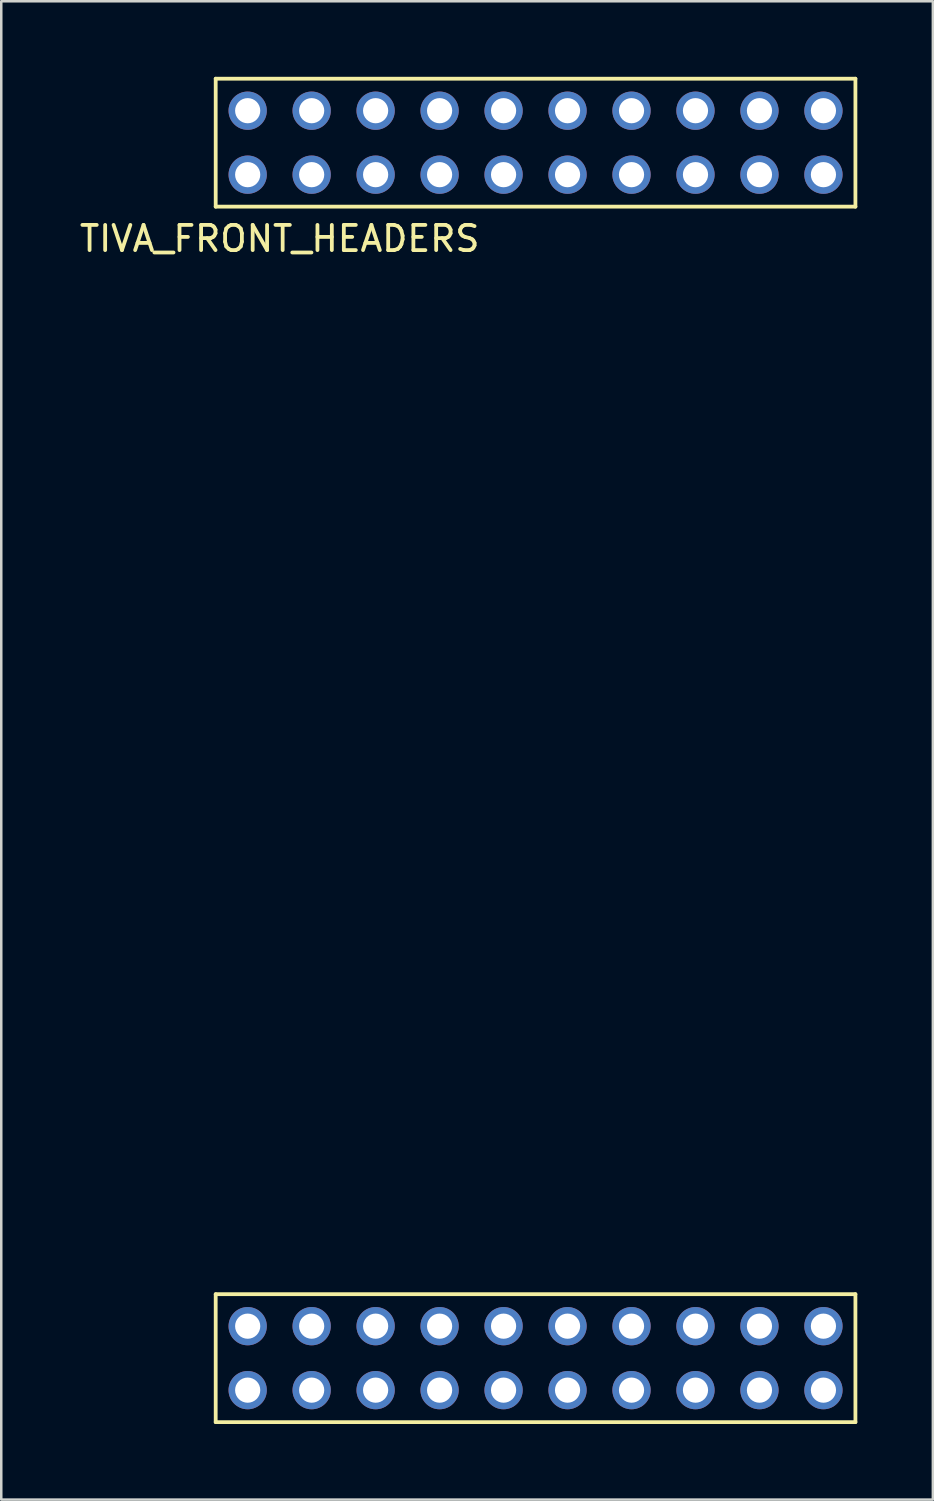
<source format=kicad_pcb>
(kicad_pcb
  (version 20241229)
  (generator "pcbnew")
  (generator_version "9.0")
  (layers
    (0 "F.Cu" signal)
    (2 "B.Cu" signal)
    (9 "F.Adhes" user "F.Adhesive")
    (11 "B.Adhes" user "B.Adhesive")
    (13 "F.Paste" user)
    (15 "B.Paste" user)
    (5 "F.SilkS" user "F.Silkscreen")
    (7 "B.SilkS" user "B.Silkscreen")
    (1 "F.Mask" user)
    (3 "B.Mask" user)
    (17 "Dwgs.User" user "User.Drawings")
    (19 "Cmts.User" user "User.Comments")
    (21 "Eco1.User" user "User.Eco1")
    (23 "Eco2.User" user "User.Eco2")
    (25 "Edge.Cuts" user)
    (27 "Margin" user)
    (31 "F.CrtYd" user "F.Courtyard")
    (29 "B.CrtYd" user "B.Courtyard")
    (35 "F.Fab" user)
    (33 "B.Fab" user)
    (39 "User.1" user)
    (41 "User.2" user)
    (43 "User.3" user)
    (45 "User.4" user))
  (footprint "TIVA_FRONT_HEADERS"
    (layer "F.Cu")
    (at 15.674 8.965)
    (property "Reference" "TIVA_FRONT_HEADERS" (at -7.62 -2.54 0) (layer "F.SilkS") (effects (font (size 1 1) (thickness 0.15))))
    (attr through_hole)
    (fp_line (start -10.16 -8.89) (end -10.16 -3.81) (stroke (width 0.15) (type solid)) (layer "F.SilkS"))
    (fp_line (start -10.16 -3.81) (end 15.24 -3.81) (stroke (width 0.15) (type solid)) (layer "F.SilkS"))
    (fp_line (start -10.16 39.37) (end -10.16 44.45) (stroke (width 0.15) (type solid)) (layer "F.SilkS"))
    (fp_line (start -10.16 44.45) (end 15.24 44.45) (stroke (width 0.15) (type solid)) (layer "F.SilkS"))
    (fp_line (start 15.24 -8.89) (end -10.16 -8.89) (stroke (width 0.15) (type solid)) (layer "F.SilkS"))
    (fp_line (start 15.24 -3.81) (end 15.24 -8.89) (stroke (width 0.15) (type solid)) (layer "F.SilkS"))
    (fp_line (start 15.24 39.37) (end -10.16 39.37) (stroke (width 0.15) (type solid)) (layer "F.SilkS"))
    (fp_line (start 15.24 44.45) (end 15.24 39.37) (stroke (width 0.15) (type solid)) (layer "F.SilkS"))
    (pad "A21" thru_hole circle (at 13.97 -7.62) (size 1.52 1.52) (drill 1) (layers "*.Cu" "*.Mask" "F.Paste"))
    (pad "A22" thru_hole circle (at 11.43 -7.62) (size 1.52 1.52) (drill 1) (layers "*.Cu" "*.Mask" "F.Paste"))
    (pad "A23" thru_hole circle (at 8.89 -7.62) (size 1.52 1.52) (drill 1) (layers "*.Cu" "*.Mask" "F.Paste"))
    (pad "A24" thru_hole circle (at 6.35 -7.62) (size 1.52 1.52) (drill 1) (layers "*.Cu" "*.Mask" "F.Paste"))
    (pad "A25" thru_hole circle (at 3.81 -7.62) (size 1.52 1.52) (drill 1) (layers "*.Cu" "*.Mask" "F.Paste"))
    (pad "A26" thru_hole circle (at 1.27 -7.62) (size 1.52 1.52) (drill 1) (layers "*.Cu" "*.Mask" "F.Paste"))
    (pad "A27" thru_hole circle (at -1.27 -7.62) (size 1.52 1.52) (drill 1) (layers "*.Cu" "*.Mask" "F.Paste"))
    (pad "A28" thru_hole circle (at -3.81 -7.62) (size 1.52 1.52) (drill 1) (layers "*.Cu" "*.Mask" "F.Paste"))
    (pad "A29" thru_hole circle (at -6.35 -7.62) (size 1.52 1.52) (drill 1) (layers "*.Cu" "*.Mask" "F.Paste"))
    (pad "A210" thru_hole circle (at -8.89 -7.62) (size 1.52 1.52) (drill 1) (layers "*.Cu" "*.Mask" "F.Paste"))
    (pad "B21" thru_hole circle (at 13.97 -5.08) (size 1.52 1.52) (drill 1) (layers "*.Cu" "*.Mask" "F.Paste"))
    (pad "B22" thru_hole circle (at 11.43 -5.08) (size 1.52 1.52) (drill 1) (layers "*.Cu" "*.Mask" "F.Paste"))
    (pad "B23" thru_hole circle (at 8.89 -5.08) (size 1.52 1.52) (drill 1) (layers "*.Cu" "*.Mask" "F.Paste"))
    (pad "B24" thru_hole circle (at 6.35 -5.08) (size 1.52 1.52) (drill 1) (layers "*.Cu" "*.Mask" "F.Paste"))
    (pad "B25" thru_hole circle (at 3.81 -5.08) (size 1.52 1.52) (drill 1) (layers "*.Cu" "*.Mask" "F.Paste"))
    (pad "B26" thru_hole circle (at 1.27 -5.08) (size 1.52 1.52) (drill 1) (layers "*.Cu" "*.Mask" "F.Paste"))
    (pad "B27" thru_hole circle (at -1.27 -5.08) (size 1.52 1.52) (drill 1) (layers "*.Cu" "*.Mask" "F.Paste"))
    (pad "B28" thru_hole circle (at -3.81 -5.08) (size 1.52 1.52) (drill 1) (layers "*.Cu" "*.Mask" "F.Paste"))
    (pad "B29" thru_hole circle (at -6.35 -5.08) (size 1.52 1.52) (drill 1) (layers "*.Cu" "*.Mask" "F.Paste"))
    (pad "B210" thru_hole circle (at -8.89 -5.08) (size 1.52 1.52) (drill 1) (layers "*.Cu" "*.Mask" "F.Paste"))
    (pad "C21" thru_hole circle (at 13.97 40.64) (size 1.52 1.52) (drill 1) (layers "*.Cu" "*.Mask" "F.Paste"))
    (pad "C22" thru_hole circle (at 11.43 40.64) (size 1.52 1.52) (drill 1) (layers "*.Cu" "*.Mask" "F.Paste"))
    (pad "C23" thru_hole circle (at 8.89 40.64) (size 1.52 1.52) (drill 1) (layers "*.Cu" "*.Mask" "F.Paste"))
    (pad "C24" thru_hole circle (at 6.35 40.64) (size 1.52 1.52) (drill 1) (layers "*.Cu" "*.Mask" "F.Paste"))
    (pad "C25" thru_hole circle (at 3.81 40.64) (size 1.52 1.52) (drill 1) (layers "*.Cu" "*.Mask" "F.Paste"))
    (pad "C26" thru_hole circle (at 1.27 40.64) (size 1.52 1.52) (drill 1) (layers "*.Cu" "*.Mask" "F.Paste"))
    (pad "C27" thru_hole circle (at -1.27 40.64) (size 1.52 1.52) (drill 1) (layers "*.Cu" "*.Mask" "F.Paste"))
    (pad "C28" thru_hole circle (at -3.81 40.64) (size 1.52 1.52) (drill 1) (layers "*.Cu" "*.Mask" "F.Paste"))
    (pad "C29" thru_hole circle (at -6.35 40.64) (size 1.52 1.52) (drill 1) (layers "*.Cu" "*.Mask" "F.Paste"))
    (pad "C210" thru_hole circle (at -8.89 40.64) (size 1.52 1.52) (drill 1) (layers "*.Cu" "*.Mask" "F.Paste"))
    (pad "D21" thru_hole circle (at 13.97 43.18) (size 1.52 1.52) (drill 1) (layers "*.Cu" "*.Mask" "F.Paste"))
    (pad "D22" thru_hole circle (at 11.43 43.18) (size 1.52 1.52) (drill 1) (layers "*.Cu" "*.Mask" "F.Paste"))
    (pad "D23" thru_hole circle (at 8.89 43.18) (size 1.52 1.52) (drill 1) (layers "*.Cu" "*.Mask" "F.Paste"))
    (pad "D24" thru_hole circle (at 6.35 43.18) (size 1.52 1.52) (drill 1) (layers "*.Cu" "*.Mask" "F.Paste"))
    (pad "D25" thru_hole circle (at 3.81 43.18) (size 1.52 1.52) (drill 1) (layers "*.Cu" "*.Mask" "F.Paste"))
    (pad "D26" thru_hole circle (at 1.27 43.18) (size 1.52 1.52) (drill 1) (layers "*.Cu" "*.Mask" "F.Paste"))
    (pad "D27" thru_hole circle (at -1.27 43.18) (size 1.52 1.52) (drill 1) (layers "*.Cu" "*.Mask" "F.Paste"))
    (pad "D28" thru_hole circle (at -3.81 43.18) (size 1.52 1.52) (drill 1) (layers "*.Cu" "*.Mask" "F.Paste"))
    (pad "D29" thru_hole circle (at -6.35 43.18) (size 1.52 1.52) (drill 1) (layers "*.Cu" "*.Mask" "F.Paste"))
    (pad "D210" thru_hole circle (at -8.89 43.18) (size 1.52 1.52) (drill 1) (layers "*.Cu" "*.Mask" "F.Paste")))
  (gr_rect
    (start -3 -3)
    (end 33.989 56.49)
    (stroke (width 0.1) (type default))
    (fill no)
    (layer "Edge.Cuts")))
</source>
